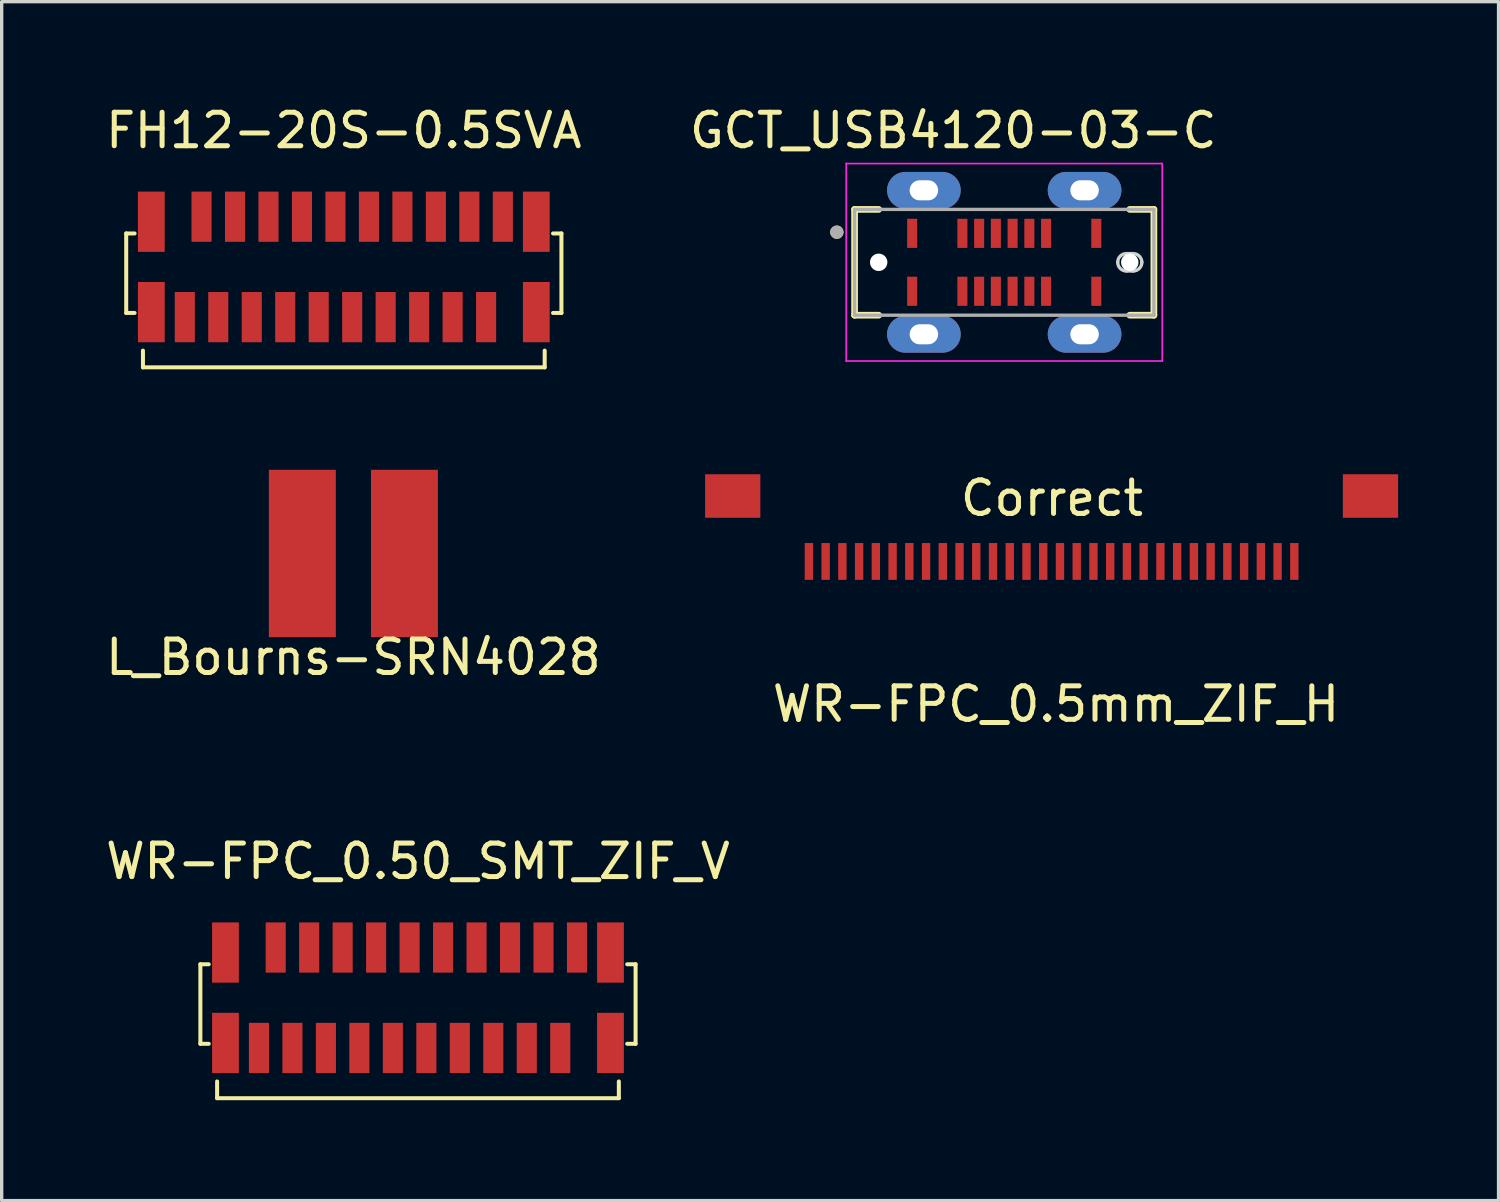
<source format=kicad_pcb>
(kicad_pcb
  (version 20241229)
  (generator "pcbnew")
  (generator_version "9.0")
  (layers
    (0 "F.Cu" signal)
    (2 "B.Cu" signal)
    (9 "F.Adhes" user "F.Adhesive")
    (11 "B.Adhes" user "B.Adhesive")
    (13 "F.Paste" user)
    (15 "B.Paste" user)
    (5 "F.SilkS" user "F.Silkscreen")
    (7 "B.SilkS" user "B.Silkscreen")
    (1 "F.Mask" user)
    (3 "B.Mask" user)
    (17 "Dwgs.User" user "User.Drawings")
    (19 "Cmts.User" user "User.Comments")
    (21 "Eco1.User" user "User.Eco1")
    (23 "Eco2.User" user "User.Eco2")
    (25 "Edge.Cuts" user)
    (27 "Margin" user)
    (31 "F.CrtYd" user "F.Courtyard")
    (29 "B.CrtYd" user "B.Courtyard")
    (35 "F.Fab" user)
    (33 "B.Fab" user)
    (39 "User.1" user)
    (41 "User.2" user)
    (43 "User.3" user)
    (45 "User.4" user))
  (footprint "WR-FPC_0.50_SMT_ZIF_V"
    (layer "F.Cu")
    (at 9.435 26.753)
    (property "Reference" "WR-FPC_0.50_SMT_ZIF_V" (at 0 -4.075 0) (layer "F.SilkS") (effects (font (size 1 1) (thickness 0.15))))
    (attr through_hole)
    (fp_line (start -6.5 -1) (end -6.25 -1) (stroke (width 0.12) (type solid)) (layer "F.SilkS"))
    (fp_line (start -6.5 1.375) (end -6.5 -1) (stroke (width 0.12) (type solid)) (layer "F.SilkS"))
    (fp_line (start -6.25 1.375) (end -6.5 1.375) (stroke (width 0.12) (type solid)) (layer "F.SilkS"))
    (fp_line (start -6 3) (end -6 2.5) (stroke (width 0.12) (type solid)) (layer "F.SilkS"))
    (fp_line (start 6 2.5) (end 6 3) (stroke (width 0.12) (type solid)) (layer "F.SilkS"))
    (fp_line (start 6 3) (end -6 3) (stroke (width 0.12) (type solid)) (layer "F.SilkS"))
    (fp_line (start 6.25 1.375) (end 6.5 1.375) (stroke (width 0.12) (type solid)) (layer "F.SilkS"))
    (fp_line (start 6.5 -1) (end 6.25 -1) (stroke (width 0.12) (type solid)) (layer "F.SilkS"))
    (fp_line (start 6.5 1.375) (end 6.5 -1) (stroke (width 0.12) (type solid)) (layer "F.SilkS"))
    (pad "1" smd rect (at -4.75 1.5) (size 0.6 1.5) (layers "F.Cu" "F.Mask" "F.Paste"))
    (pad "2" smd rect (at -4.25 -1.5) (size 0.6 1.5) (layers "F.Cu" "F.Mask" "F.Paste"))
    (pad "3" smd rect (at -3.75 1.5) (size 0.6 1.5) (layers "F.Cu" "F.Mask" "F.Paste"))
    (pad "4" smd rect (at -3.25 -1.5) (size 0.6 1.5) (layers "F.Cu" "F.Mask" "F.Paste"))
    (pad "5" smd rect (at -2.75 1.5) (size 0.6 1.5) (layers "F.Cu" "F.Mask" "F.Paste"))
    (pad "6" smd rect (at -2.25 -1.5) (size 0.6 1.5) (layers "F.Cu" "F.Mask" "F.Paste"))
    (pad "7" smd rect (at -1.75 1.5) (size 0.6 1.5) (layers "F.Cu" "F.Mask" "F.Paste"))
    (pad "8" smd rect (at -1.25 -1.5) (size 0.6 1.5) (layers "F.Cu" "F.Mask" "F.Paste"))
    (pad "9" smd rect (at -0.75 1.5) (size 0.6 1.5) (layers "F.Cu" "F.Mask" "F.Paste"))
    (pad "10" smd rect (at -0.25 -1.5) (size 0.6 1.5) (layers "F.Cu" "F.Mask" "F.Paste"))
    (pad "11" smd rect (at 0.25 1.5) (size 0.6 1.5) (layers "F.Cu" "F.Mask" "F.Paste"))
    (pad "12" smd rect (at 0.75 -1.5) (size 0.6 1.5) (layers "F.Cu" "F.Mask" "F.Paste"))
    (pad "13" smd rect (at 1.25 1.5) (size 0.6 1.5) (layers "F.Cu" "F.Mask" "F.Paste"))
    (pad "14" smd rect (at 1.75 -1.5) (size 0.6 1.5) (layers "F.Cu" "F.Mask" "F.Paste"))
    (pad "15" smd rect (at 2.25 1.5) (size 0.6 1.5) (layers "F.Cu" "F.Mask" "F.Paste"))
    (pad "16" smd rect (at 2.75 -1.5) (size 0.6 1.5) (layers "F.Cu" "F.Mask" "F.Paste"))
    (pad "17" smd rect (at 3.25 1.5) (size 0.6 1.5) (layers "F.Cu" "F.Mask" "F.Paste"))
    (pad "18" smd rect (at 3.75 -1.5) (size 0.6 1.5) (layers "F.Cu" "F.Mask" "F.Paste"))
    (pad "19" smd rect (at 4.25 1.5) (size 0.6 1.5) (layers "F.Cu" "F.Mask" "F.Paste"))
    (pad "20" smd rect (at 4.75 -1.5) (size 0.6 1.5) (layers "F.Cu" "F.Mask" "F.Paste"))
    (pad "NC" smd rect (at -5.75 -1.35) (size 0.8 1.8) (layers "F.Cu" "F.Mask" "F.Paste"))
    (pad "NC" smd rect (at -5.75 1.35) (size 0.8 1.8) (layers "F.Cu" "F.Mask" "F.Paste"))
    (pad "NC" smd rect (at 5.75 -1.35) (size 0.8 1.8) (layers "F.Cu" "F.Mask" "F.Paste"))
    (pad "NC" smd rect (at 5.75 1.35) (size 0.8 1.8) (layers "F.Cu" "F.Mask" "F.Paste")))
  (footprint "GCT_USB4120-03-C"
    (layer "F.Cu")
    (at 26.947 4.785)
    (property "Reference" "GCT_USB4120-03-C" (at -1.524 -3.937 0) (layer "F.SilkS") (effects (font (size 1 1) (thickness 0.15))))
    (attr through_hole)
    (fp_line (start -4.47 -1.58) (end -4.47 1.58) (stroke (width 0.2) (type solid)) (layer "F.SilkS"))
    (fp_line (start -4.47 1.58) (end -3.75 1.58) (stroke (width 0.2) (type solid)) (layer "F.SilkS"))
    (fp_line (start -3.75 -1.58) (end -4.47 -1.58) (stroke (width 0.2) (type solid)) (layer "F.SilkS"))
    (fp_line (start 3.75 -1.58) (end 4.47 -1.58) (stroke (width 0.2) (type solid)) (layer "F.SilkS"))
    (fp_line (start 4.47 -1.58) (end 4.47 1.58) (stroke (width 0.2) (type solid)) (layer "F.SilkS"))
    (fp_line (start 4.47 1.58) (end 3.75 1.58) (stroke (width 0.2) (type solid)) (layer "F.SilkS"))
    (fp_circle (center -5 -0.9) (end -4.9 -0.9) (stroke (width 0.2) (type solid)) (fill no) (layer "F.SilkS"))
    (fp_line (start 3.65 -0.26) (end 3.85 -0.26) (stroke (width 0.1) (type solid)) (layer "Edge.Cuts"))
    (fp_line (start 3.85 0.26) (end 3.65 0.26) (stroke (width 0.1) (type solid)) (layer "Edge.Cuts"))
    (fp_arc (start 3.39 0) (mid 3.466152 -0.183848) (end 3.65 -0.26) (stroke (width 0.1) (type solid)) (layer "Edge.Cuts"))
    (fp_arc (start 3.65 0.26) (mid 3.466152 0.183848) (end 3.39 0) (stroke (width 0.1) (type solid)) (layer "Edge.Cuts"))
    (fp_arc (start 3.85 -0.26) (mid 4.033848 -0.183848) (end 4.11 0) (stroke (width 0.1) (type solid)) (layer "Edge.Cuts"))
    (fp_arc (start 4.11 0) (mid 4.033848 0.183848) (end 3.85 0.26) (stroke (width 0.1) (type solid)) (layer "Edge.Cuts"))
    (fp_line (start -4.72 -2.95) (end 4.72 -2.95) (stroke (width 0.05) (type solid)) (layer "F.CrtYd"))
    (fp_line (start -4.72 2.95) (end -4.72 -2.95) (stroke (width 0.05) (type solid)) (layer "F.CrtYd"))
    (fp_line (start 4.72 -2.95) (end 4.72 2.95) (stroke (width 0.05) (type solid)) (layer "F.CrtYd"))
    (fp_line (start 4.72 2.95) (end -4.72 2.95) (stroke (width 0.05) (type solid)) (layer "F.CrtYd"))
    (fp_line (start -4.47 -1.58) (end 4.47 -1.58) (stroke (width 0.1) (type solid)) (layer "F.Fab"))
    (fp_line (start -4.47 1.58) (end -4.47 -1.58) (stroke (width 0.1) (type solid)) (layer "F.Fab"))
    (fp_line (start 4.47 -1.58) (end 4.47 1.58) (stroke (width 0.1) (type solid)) (layer "F.Fab"))
    (fp_line (start 4.47 1.58) (end -4.47 1.58) (stroke (width 0.1) (type solid)) (layer "F.Fab"))
    (fp_circle (center -5 -0.9) (end -4.9 -0.9) (stroke (width 0.2) (type solid)) (fill no) (layer "F.Fab"))
    (pad "" np_thru_hole circle (at -3.75 0) (size 0.52 0.52) (drill 0.52) (layers "*.Cu" "*.Mask"))
    (pad "" np_thru_hole circle (at 3.75 0) (size 0.52 0.52) (drill 0.52) (layers "*.Cu" "*.Mask"))
    (pad "A1" smd rect (at -2.75 -0.865) (size 0.3 0.87) (layers "F.Cu" "F.Mask" "F.Paste"))
    (pad "A4" smd rect (at -1.25 -0.865) (size 0.3 0.87) (layers "F.Cu" "F.Mask" "F.Paste"))
    (pad "A5" smd rect (at -0.75 -0.865) (size 0.3 0.87) (layers "F.Cu" "F.Mask" "F.Paste"))
    (pad "A6" smd rect (at -0.25 -0.865) (size 0.3 0.87) (layers "F.Cu" "F.Mask" "F.Paste"))
    (pad "A7" smd rect (at 0.25 -0.865) (size 0.3 0.87) (layers "F.Cu" "F.Mask" "F.Paste"))
    (pad "A8" smd rect (at 0.75 -0.865) (size 0.3 0.87) (layers "F.Cu" "F.Mask" "F.Paste"))
    (pad "A9" smd rect (at 1.25 -0.865) (size 0.3 0.87) (layers "F.Cu" "F.Mask" "F.Paste"))
    (pad "A12" smd rect (at 2.75 -0.865) (size 0.3 0.87) (layers "F.Cu" "F.Mask" "F.Paste"))
    (pad "B1" smd rect (at 2.75 0.865) (size 0.3 0.87) (layers "F.Cu" "F.Mask" "F.Paste"))
    (pad "B4" smd rect (at 1.25 0.865) (size 0.3 0.87) (layers "F.Cu" "F.Mask" "F.Paste"))
    (pad "B5" smd rect (at 0.75 0.865) (size 0.3 0.87) (layers "F.Cu" "F.Mask" "F.Paste"))
    (pad "B6" smd rect (at 0.25 0.865) (size 0.3 0.87) (layers "F.Cu" "F.Mask" "F.Paste"))
    (pad "B7" smd rect (at -0.25 0.865) (size 0.3 0.87) (layers "F.Cu" "F.Mask" "F.Paste"))
    (pad "B8" smd rect (at -0.75 0.865) (size 0.3 0.87) (layers "F.Cu" "F.Mask" "F.Paste"))
    (pad "B9" smd rect (at -1.25 0.865) (size 0.3 0.87) (layers "F.Cu" "F.Mask" "F.Paste"))
    (pad "B12" smd rect (at -2.75 0.865) (size 0.3 0.87) (layers "F.Cu" "F.Mask" "F.Paste"))
    (pad "S1" thru_hole oval (at -2.4 -2.15) (size 2.2 1.1) (drill oval 0.85 0.6) (layers "*.Cu" "*.Mask"))
    (pad "S2" thru_hole oval (at -2.4 2.15) (size 2.2 1.1) (drill oval 0.85 0.6) (layers "*.Cu" "*.Mask"))
    (pad "S3" thru_hole oval (at 2.4 -2.15) (size 2.2 1.1) (drill oval 0.85 0.6) (layers "*.Cu" "*.Mask"))
    (pad "S4" thru_hole oval (at 2.4 2.15) (size 2.2 1.1) (drill oval 0.85 0.6) (layers "*.Cu" "*.Mask")))
  (footprint "FH12-20S-0.5SVA"
    (layer "F.Cu")
    (at 7.22 4.923)
    (property "Reference" "FH12-20S-0.5SVA" (at 0 -4.075 0) (layer "F.SilkS") (effects (font (size 1 1) (thickness 0.15))))
    (attr through_hole)
    (fp_line (start -6.5 -1) (end -6.25 -1) (stroke (width 0.12) (type solid)) (layer "F.SilkS"))
    (fp_line (start -6.5 1.375) (end -6.5 -1) (stroke (width 0.12) (type solid)) (layer "F.SilkS"))
    (fp_line (start -6.25 1.375) (end -6.5 1.375) (stroke (width 0.12) (type solid)) (layer "F.SilkS"))
    (fp_line (start -6 3) (end -6 2.5) (stroke (width 0.12) (type solid)) (layer "F.SilkS"))
    (fp_line (start 6 2.5) (end 6 3) (stroke (width 0.12) (type solid)) (layer "F.SilkS"))
    (fp_line (start 6 3) (end -6 3) (stroke (width 0.12) (type solid)) (layer "F.SilkS"))
    (fp_line (start 6.25 1.375) (end 6.5 1.375) (stroke (width 0.12) (type solid)) (layer "F.SilkS"))
    (fp_line (start 6.5 -1) (end 6.25 -1) (stroke (width 0.12) (type solid)) (layer "F.SilkS"))
    (fp_line (start 6.5 1.375) (end 6.5 -1) (stroke (width 0.12) (type solid)) (layer "F.SilkS"))
    (pad "1" smd rect (at -4.75 1.5) (size 0.6 1.5) (layers "F.Cu" "F.Mask" "F.Paste"))
    (pad "2" smd rect (at -4.25 -1.5) (size 0.6 1.5) (layers "F.Cu" "F.Mask" "F.Paste"))
    (pad "3" smd rect (at -3.75 1.5) (size 0.6 1.5) (layers "F.Cu" "F.Mask" "F.Paste"))
    (pad "4" smd rect (at -3.25 -1.5) (size 0.6 1.5) (layers "F.Cu" "F.Mask" "F.Paste"))
    (pad "5" smd rect (at -2.75 1.5) (size 0.6 1.5) (layers "F.Cu" "F.Mask" "F.Paste"))
    (pad "6" smd rect (at -2.25 -1.5) (size 0.6 1.5) (layers "F.Cu" "F.Mask" "F.Paste"))
    (pad "7" smd rect (at -1.75 1.5) (size 0.6 1.5) (layers "F.Cu" "F.Mask" "F.Paste"))
    (pad "8" smd rect (at -1.25 -1.5) (size 0.6 1.5) (layers "F.Cu" "F.Mask" "F.Paste"))
    (pad "9" smd rect (at -0.75 1.5) (size 0.6 1.5) (layers "F.Cu" "F.Mask" "F.Paste"))
    (pad "10" smd rect (at -0.25 -1.5) (size 0.6 1.5) (layers "F.Cu" "F.Mask" "F.Paste"))
    (pad "11" smd rect (at 0.25 1.5) (size 0.6 1.5) (layers "F.Cu" "F.Mask" "F.Paste"))
    (pad "12" smd rect (at 0.75 -1.5) (size 0.6 1.5) (layers "F.Cu" "F.Mask" "F.Paste"))
    (pad "13" smd rect (at 1.25 1.5) (size 0.6 1.5) (layers "F.Cu" "F.Mask" "F.Paste"))
    (pad "14" smd rect (at 1.75 -1.5) (size 0.6 1.5) (layers "F.Cu" "F.Mask" "F.Paste"))
    (pad "15" smd rect (at 2.25 1.5) (size 0.6 1.5) (layers "F.Cu" "F.Mask" "F.Paste"))
    (pad "16" smd rect (at 2.75 -1.5) (size 0.6 1.5) (layers "F.Cu" "F.Mask" "F.Paste"))
    (pad "17" smd rect (at 3.25 1.5) (size 0.6 1.5) (layers "F.Cu" "F.Mask" "F.Paste"))
    (pad "18" smd rect (at 3.75 -1.5) (size 0.6 1.5) (layers "F.Cu" "F.Mask" "F.Paste"))
    (pad "19" smd rect (at 4.25 1.5) (size 0.6 1.5) (layers "F.Cu" "F.Mask" "F.Paste"))
    (pad "20" smd rect (at 4.75 -1.5) (size 0.6 1.5) (layers "F.Cu" "F.Mask" "F.Paste"))
    (pad "NC" smd rect (at -5.75 -1.35) (size 0.8 1.8) (layers "F.Cu" "F.Mask" "F.Paste"))
    (pad "NC" smd rect (at -5.75 1.35) (size 0.8 1.8) (layers "F.Cu" "F.Mask" "F.Paste"))
    (pad "NC" smd rect (at 5.75 -1.35) (size 0.8 1.8) (layers "F.Cu" "F.Mask" "F.Paste"))
    (pad "NC" smd rect (at 5.75 1.35) (size 0.8 1.8) (layers "F.Cu" "F.Mask" "F.Paste")))
  (footprint "WR-FPC_0.5mm_ZIF_H"
    (layer "F.Cu")
    (at 28.362 12.791)
    (property "Reference" "WR-FPC_0.5mm_ZIF_H" (at 0.13 5.19 0) (layer "F.SilkS") (effects (font (size 1 1) (thickness 0.15))))
    (attr through_hole)
    (fp_text user "Correct" (at 0.01 -0.96 0) (layer "F.SilkS") (effects (font (size 1 1) (thickness 0.15))))
    (pad "" smd rect (at -9.525 -1.025 180) (size 1.65 1.3) (layers "F.Cu" "F.Mask" "F.Paste"))
    (pad "" smd rect (at 9.525 -1.025 180) (size 1.65 1.3) (layers "F.Cu" "F.Mask" "F.Paste"))
    (pad "1" smd rect (at -7.25 0.93 180) (size 0.25 1.1) (layers "F.Cu" "F.Mask" "F.Paste"))
    (pad "2" smd rect (at -6.75 0.93 180) (size 0.25 1.1) (layers "F.Cu" "F.Mask" "F.Paste"))
    (pad "3" smd rect (at -6.25 0.93 180) (size 0.25 1.1) (layers "F.Cu" "F.Mask" "F.Paste"))
    (pad "4" smd rect (at -5.75 0.93 180) (size 0.25 1.1) (layers "F.Cu" "F.Mask" "F.Paste"))
    (pad "5" smd rect (at -5.25 0.93 180) (size 0.25 1.1) (layers "F.Cu" "F.Mask" "F.Paste"))
    (pad "6" smd rect (at -4.75 0.93 180) (size 0.25 1.1) (layers "F.Cu" "F.Mask" "F.Paste"))
    (pad "7" smd rect (at -4.25 0.93 180) (size 0.25 1.1) (layers "F.Cu" "F.Mask" "F.Paste"))
    (pad "8" smd rect (at -3.75 0.93 180) (size 0.25 1.1) (layers "F.Cu" "F.Mask" "F.Paste"))
    (pad "9" smd rect (at -3.25 0.93 180) (size 0.25 1.1) (layers "F.Cu" "F.Mask" "F.Paste"))
    (pad "10" smd rect (at -2.75 0.93 180) (size 0.25 1.1) (layers "F.Cu" "F.Mask" "F.Paste"))
    (pad "11" smd rect (at -2.25 0.93 180) (size 0.25 1.1) (layers "F.Cu" "F.Mask" "F.Paste"))
    (pad "12" smd rect (at -1.75 0.93 180) (size 0.25 1.1) (layers "F.Cu" "F.Mask" "F.Paste"))
    (pad "13" smd rect (at -1.25 0.93 180) (size 0.25 1.1) (layers "F.Cu" "F.Mask" "F.Paste"))
    (pad "14" smd rect (at -0.75 0.93 180) (size 0.25 1.1) (layers "F.Cu" "F.Mask" "F.Paste"))
    (pad "15" smd rect (at -0.25 0.93 180) (size 0.25 1.1) (layers "F.Cu" "F.Mask" "F.Paste"))
    (pad "16" smd rect (at 0.25 0.93 180) (size 0.25 1.1) (layers "F.Cu" "F.Mask" "F.Paste"))
    (pad "17" smd rect (at 0.75 0.93 180) (size 0.25 1.1) (layers "F.Cu" "F.Mask" "F.Paste"))
    (pad "18" smd rect (at 1.25 0.93 180) (size 0.25 1.1) (layers "F.Cu" "F.Mask" "F.Paste"))
    (pad "19" smd rect (at 1.75 0.93 180) (size 0.25 1.1) (layers "F.Cu" "F.Mask" "F.Paste"))
    (pad "20" smd rect (at 2.25 0.93 180) (size 0.25 1.1) (layers "F.Cu" "F.Mask" "F.Paste"))
    (pad "21" smd rect (at 2.75 0.93 180) (size 0.25 1.1) (layers "F.Cu" "F.Mask" "F.Paste"))
    (pad "22" smd rect (at 3.25 0.93 180) (size 0.25 1.1) (layers "F.Cu" "F.Mask" "F.Paste"))
    (pad "23" smd rect (at 3.75 0.93 180) (size 0.25 1.1) (layers "F.Cu" "F.Mask" "F.Paste"))
    (pad "24" smd rect (at 4.25 0.93 180) (size 0.25 1.1) (layers "F.Cu" "F.Mask" "F.Paste"))
    (pad "25" smd rect (at 4.75 0.93 180) (size 0.25 1.1) (layers "F.Cu" "F.Mask" "F.Paste"))
    (pad "26" smd rect (at 5.25 0.93 180) (size 0.25 1.1) (layers "F.Cu" "F.Mask" "F.Paste"))
    (pad "27" smd rect (at 5.75 0.93 180) (size 0.25 1.1) (layers "F.Cu" "F.Mask" "F.Paste"))
    (pad "28" smd rect (at 6.25 0.93 180) (size 0.25 1.1) (layers "F.Cu" "F.Mask" "F.Paste"))
    (pad "29" smd rect (at 6.75 0.93 180) (size 0.25 1.1) (layers "F.Cu" "F.Mask" "F.Paste"))
    (pad "30" smd rect (at 7.25 0.93 180) (size 0.25 1.1) (layers "F.Cu" "F.Mask" "F.Paste")))
  (footprint "L_Bourns-SRN4028"
    (layer "F.Cu")
    (at 7.506 13.483)
    (property "Reference" "L_Bourns-SRN4028" (at 0 3.1 0) (layer "F.SilkS") (effects (font (size 1 1) (thickness 0.15))))
    (attr smd)
    (pad "1" smd rect (at -1.525 0) (size 2 5) (layers "F.Cu" "F.Mask" "F.Paste"))
    (pad "2" smd rect (at 1.525 0) (size 2 5) (layers "F.Cu" "F.Mask" "F.Paste")))
  (gr_rect
    (start -3 -3)
    (end 41.712 32.813)
    (stroke (width 0.1) (type default))
    (fill no)
    (layer "Edge.Cuts")))
</source>
